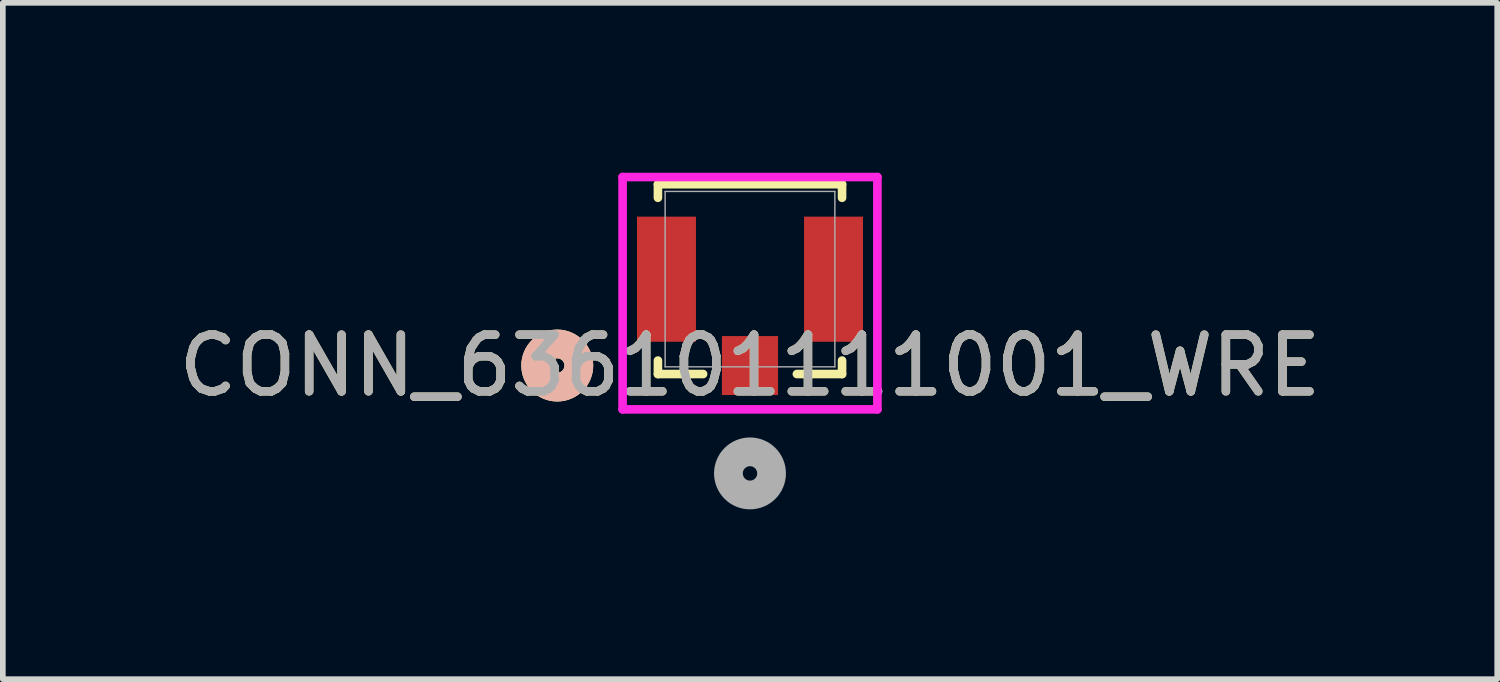
<source format=kicad_pcb>
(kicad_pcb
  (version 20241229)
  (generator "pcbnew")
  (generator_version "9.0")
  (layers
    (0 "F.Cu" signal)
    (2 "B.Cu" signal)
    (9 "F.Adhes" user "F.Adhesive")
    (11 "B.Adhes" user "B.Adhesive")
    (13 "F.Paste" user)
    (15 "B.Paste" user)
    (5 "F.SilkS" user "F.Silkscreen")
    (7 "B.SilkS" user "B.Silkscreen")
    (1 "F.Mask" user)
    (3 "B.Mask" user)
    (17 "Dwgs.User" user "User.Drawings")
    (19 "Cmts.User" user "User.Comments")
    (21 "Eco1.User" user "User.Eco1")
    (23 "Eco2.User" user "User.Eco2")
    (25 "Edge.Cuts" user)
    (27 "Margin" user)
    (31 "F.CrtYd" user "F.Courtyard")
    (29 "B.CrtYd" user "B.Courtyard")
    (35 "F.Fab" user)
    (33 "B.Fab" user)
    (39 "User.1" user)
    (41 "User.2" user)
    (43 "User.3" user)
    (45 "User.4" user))
  (footprint "CONN_636101111001_WRE"
    (layer "F.Cu")
    (at 10.196 1.88)
    (property "Reference" "CONN_636101111001_WRE" (at 0 1.526 0) (unlocked yes) (layer "F.SilkS") (effects (font (size 1 1) (thickness 0.15))))
    (attr smd)
    (fp_line (start -1.626 -1.676) (end -1.626 -1.437) (stroke (width 0.152) (type solid)) (layer "F.SilkS"))
    (fp_line (start -1.626 1.438) (end -1.626 1.676) (stroke (width 0.152) (type solid)) (layer "F.SilkS"))
    (fp_line (start -1.626 1.676) (end -0.828 1.676) (stroke (width 0.152) (type solid)) (layer "F.SilkS"))
    (fp_line (start 0.828 1.676) (end 1.626 1.676) (stroke (width 0.152) (type solid)) (layer "F.SilkS"))
    (fp_line (start 1.626 -1.676) (end -1.626 -1.676) (stroke (width 0.152) (type solid)) (layer "F.SilkS"))
    (fp_line (start 1.626 -1.437) (end 1.626 -1.676) (stroke (width 0.152) (type solid)) (layer "F.SilkS"))
    (fp_line (start 1.626 1.676) (end 1.626 1.438) (stroke (width 0.152) (type solid)) (layer "F.SilkS"))
    (fp_circle (center -3.404 1.526) (end -3.023 1.526) (stroke (width 0.508) (type solid)) (fill no) (layer "F.SilkS"))
    (fp_circle (center -3.404 1.526) (end -3.023 1.526) (stroke (width 0.508) (type solid)) (fill no) (layer "B.SilkS"))
    (fp_line (start -2.25 -1.803) (end -2.25 2.3) (stroke (width 0.152) (type solid)) (layer "F.CrtYd"))
    (fp_line (start -2.25 2.3) (end 2.25 2.3) (stroke (width 0.152) (type solid)) (layer "F.CrtYd"))
    (fp_line (start 2.25 -1.803) (end -2.25 -1.803) (stroke (width 0.152) (type solid)) (layer "F.CrtYd"))
    (fp_line (start 2.25 2.3) (end 2.25 -1.803) (stroke (width 0.152) (type solid)) (layer "F.CrtYd"))
    (fp_line (start -1.499 -1.549) (end -1.499 1.549) (stroke (width 0.025) (type solid)) (layer "F.Fab"))
    (fp_line (start -1.499 1.549) (end 1.499 1.549) (stroke (width 0.025) (type solid)) (layer "F.Fab"))
    (fp_line (start 1.499 -1.549) (end -1.499 -1.549) (stroke (width 0.025) (type solid)) (layer "F.Fab"))
    (fp_line (start 1.499 1.549) (end 1.499 -1.549) (stroke (width 0.025) (type solid)) (layer "F.Fab"))
    (fp_circle (center 0 3.431) (end 0.381 3.431) (stroke (width 0.508) (type solid)) (fill no) (layer "F.Fab"))
    (fp_text user "${REFERENCE}" (at 0 1.526 0) (unlocked yes) (layer "F.Fab") (effects (font (size 1 1) (thickness 0.15))))
    (pad "1" smd rect (at 0 1.526) (size 0.991 1.041) (layers "F.Cu" "F.Mask" "F.Paste"))
    (pad "2" smd rect (at -1.475 0.001) (size 1.041 2.21) (layers "F.Cu" "F.Mask" "F.Paste"))
    (pad "3" smd rect (at 1.475 0.001) (size 1.041 2.21) (layers "F.Cu" "F.Mask" "F.Paste")))
  (gr_rect
    (start -3 -3)
    (end 23.393 8.945)
    (stroke (width 0.1) (type default))
    (fill no)
    (layer "Edge.Cuts")))
</source>
